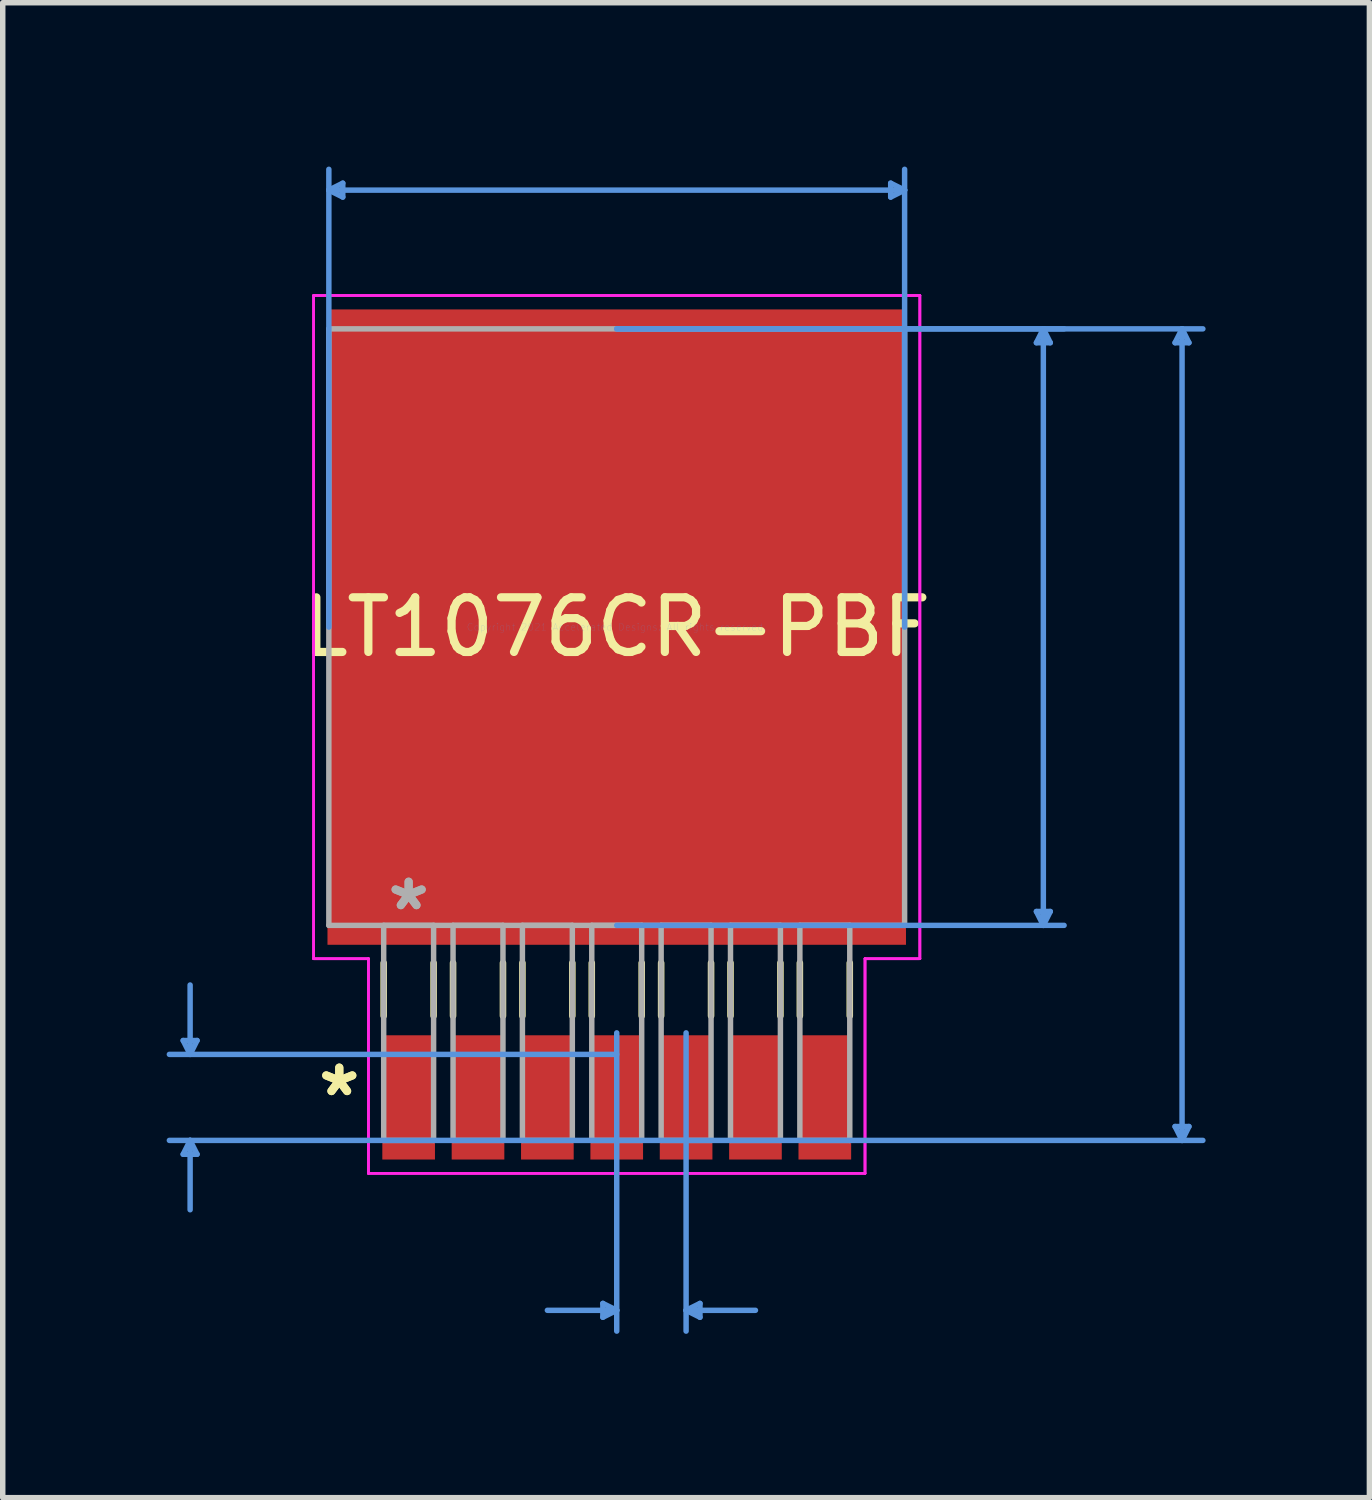
<source format=kicad_pcb>
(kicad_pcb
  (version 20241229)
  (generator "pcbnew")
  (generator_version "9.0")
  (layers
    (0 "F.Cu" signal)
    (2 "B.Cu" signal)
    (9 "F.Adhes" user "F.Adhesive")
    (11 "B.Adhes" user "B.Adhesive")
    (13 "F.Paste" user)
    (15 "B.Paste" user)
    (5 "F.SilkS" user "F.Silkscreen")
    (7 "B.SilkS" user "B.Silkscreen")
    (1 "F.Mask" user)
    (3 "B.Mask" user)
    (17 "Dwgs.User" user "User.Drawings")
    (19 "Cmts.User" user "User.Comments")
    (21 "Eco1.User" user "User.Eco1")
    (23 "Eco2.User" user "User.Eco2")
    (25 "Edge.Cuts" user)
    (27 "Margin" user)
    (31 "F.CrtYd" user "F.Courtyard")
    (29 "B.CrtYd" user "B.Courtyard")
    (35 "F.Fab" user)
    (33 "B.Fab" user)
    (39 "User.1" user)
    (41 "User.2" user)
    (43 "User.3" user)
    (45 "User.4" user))
  (footprint "LT1076CR-PBF"
    (layer "F.Cu")
    (at 8.242 8.432)
    (property "Reference" "LT1076CR-PBF" (at 0 0 0) (layer "F.SilkS") (effects (font (size 1 1) (thickness 0.15))))
    (attr through_hole)
    (fp_line (start -4.267 6.149) (end -4.267 7.118) (stroke (width 0.12) (type solid)) (layer "F.SilkS"))
    (fp_line (start -3.353 6.149) (end -3.353 7.118) (stroke (width 0.12) (type solid)) (layer "F.SilkS"))
    (fp_line (start -2.997 6.149) (end -2.997 7.118) (stroke (width 0.12) (type solid)) (layer "F.SilkS"))
    (fp_line (start -2.083 6.149) (end -2.083 7.118) (stroke (width 0.12) (type solid)) (layer "F.SilkS"))
    (fp_line (start -1.727 6.149) (end -1.727 7.118) (stroke (width 0.12) (type solid)) (layer "F.SilkS"))
    (fp_line (start -0.813 6.149) (end -0.813 7.118) (stroke (width 0.12) (type solid)) (layer "F.SilkS"))
    (fp_line (start -0.457 6.149) (end -0.457 7.118) (stroke (width 0.12) (type solid)) (layer "F.SilkS"))
    (fp_line (start 0.457 6.149) (end 0.457 7.118) (stroke (width 0.12) (type solid)) (layer "F.SilkS"))
    (fp_line (start 0.813 6.149) (end 0.813 7.118) (stroke (width 0.12) (type solid)) (layer "F.SilkS"))
    (fp_line (start 1.727 6.149) (end 1.727 7.118) (stroke (width 0.12) (type solid)) (layer "F.SilkS"))
    (fp_line (start 2.083 6.149) (end 2.083 7.118) (stroke (width 0.12) (type solid)) (layer "F.SilkS"))
    (fp_line (start 2.997 6.149) (end 2.997 7.118) (stroke (width 0.12) (type solid)) (layer "F.SilkS"))
    (fp_line (start 3.353 6.149) (end 3.353 7.118) (stroke (width 0.12) (type solid)) (layer "F.SilkS"))
    (fp_line (start 4.267 6.149) (end 4.267 7.118) (stroke (width 0.12) (type solid)) (layer "F.SilkS"))
    (fp_line (start -7.938 7.569) (end -7.684 7.569) (stroke (width 0.1) (type solid)) (layer "Cmts.User"))
    (fp_line (start -7.938 9.652) (end -7.684 9.652) (stroke (width 0.1) (type solid)) (layer "Cmts.User"))
    (fp_line (start -7.811 7.823) (end -7.938 7.569) (stroke (width 0.1) (type solid)) (layer "Cmts.User"))
    (fp_line (start -7.811 7.823) (end -7.811 6.553) (stroke (width 0.1) (type solid)) (layer "Cmts.User"))
    (fp_line (start -7.811 7.823) (end -7.684 7.569) (stroke (width 0.1) (type solid)) (layer "Cmts.User"))
    (fp_line (start -7.811 9.398) (end -7.938 9.652) (stroke (width 0.1) (type solid)) (layer "Cmts.User"))
    (fp_line (start -7.811 9.398) (end -7.811 10.668) (stroke (width 0.1) (type solid)) (layer "Cmts.User"))
    (fp_line (start -7.811 9.398) (end -7.684 9.652) (stroke (width 0.1) (type solid)) (layer "Cmts.User"))
    (fp_line (start -5.271 -8.001) (end -5.016 -8.128) (stroke (width 0.1) (type solid)) (layer "Cmts.User"))
    (fp_line (start -5.271 -8.001) (end -5.016 -7.874) (stroke (width 0.1) (type solid)) (layer "Cmts.User"))
    (fp_line (start -5.271 -8.001) (end 5.271 -8.001) (stroke (width 0.1) (type solid)) (layer "Cmts.User"))
    (fp_line (start -5.271 0) (end -5.271 -8.382) (stroke (width 0.1) (type solid)) (layer "Cmts.User"))
    (fp_line (start -5.016 -8.128) (end -5.016 -7.874) (stroke (width 0.1) (type solid)) (layer "Cmts.User"))
    (fp_line (start -0.254 12.383) (end -0.254 12.636) (stroke (width 0.1) (type solid)) (layer "Cmts.User"))
    (fp_line (start 0 -5.461) (end 8.191 -5.461) (stroke (width 0.1) (type solid)) (layer "Cmts.User"))
    (fp_line (start 0 -5.461) (end 10.732 -5.461) (stroke (width 0.1) (type solid)) (layer "Cmts.User"))
    (fp_line (start 0 5.461) (end 8.191 5.461) (stroke (width 0.1) (type solid)) (layer "Cmts.User"))
    (fp_line (start 0 7.429) (end 0 12.89) (stroke (width 0.1) (type solid)) (layer "Cmts.User"))
    (fp_line (start 0 7.823) (end -8.191 7.823) (stroke (width 0.1) (type solid)) (layer "Cmts.User"))
    (fp_line (start 0 9.398) (end -8.191 9.398) (stroke (width 0.1) (type solid)) (layer "Cmts.User"))
    (fp_line (start 0 9.398) (end 10.732 9.398) (stroke (width 0.1) (type solid)) (layer "Cmts.User"))
    (fp_line (start 0 12.509) (end -1.27 12.509) (stroke (width 0.1) (type solid)) (layer "Cmts.User"))
    (fp_line (start 0 12.509) (end -0.254 12.383) (stroke (width 0.1) (type solid)) (layer "Cmts.User"))
    (fp_line (start 0 12.509) (end -0.254 12.636) (stroke (width 0.1) (type solid)) (layer "Cmts.User"))
    (fp_line (start 1.27 7.429) (end 1.27 12.89) (stroke (width 0.1) (type solid)) (layer "Cmts.User"))
    (fp_line (start 1.27 12.509) (end 1.524 12.383) (stroke (width 0.1) (type solid)) (layer "Cmts.User"))
    (fp_line (start 1.27 12.509) (end 1.524 12.636) (stroke (width 0.1) (type solid)) (layer "Cmts.User"))
    (fp_line (start 1.27 12.509) (end 2.54 12.509) (stroke (width 0.1) (type solid)) (layer "Cmts.User"))
    (fp_line (start 1.524 12.383) (end 1.524 12.636) (stroke (width 0.1) (type solid)) (layer "Cmts.User"))
    (fp_line (start 5.016 -8.128) (end 5.016 -7.874) (stroke (width 0.1) (type solid)) (layer "Cmts.User"))
    (fp_line (start 5.271 -8.001) (end 5.016 -8.128) (stroke (width 0.1) (type solid)) (layer "Cmts.User"))
    (fp_line (start 5.271 -8.001) (end 5.016 -7.874) (stroke (width 0.1) (type solid)) (layer "Cmts.User"))
    (fp_line (start 5.271 0) (end 5.271 -8.382) (stroke (width 0.1) (type solid)) (layer "Cmts.User"))
    (fp_line (start 7.684 -5.207) (end 7.938 -5.207) (stroke (width 0.1) (type solid)) (layer "Cmts.User"))
    (fp_line (start 7.684 5.207) (end 7.938 5.207) (stroke (width 0.1) (type solid)) (layer "Cmts.User"))
    (fp_line (start 7.811 -5.461) (end 7.684 -5.207) (stroke (width 0.1) (type solid)) (layer "Cmts.User"))
    (fp_line (start 7.811 -5.461) (end 7.811 5.461) (stroke (width 0.1) (type solid)) (layer "Cmts.User"))
    (fp_line (start 7.811 -5.461) (end 7.938 -5.207) (stroke (width 0.1) (type solid)) (layer "Cmts.User"))
    (fp_line (start 7.811 5.461) (end 7.684 5.207) (stroke (width 0.1) (type solid)) (layer "Cmts.User"))
    (fp_line (start 7.811 5.461) (end 7.938 5.207) (stroke (width 0.1) (type solid)) (layer "Cmts.User"))
    (fp_line (start 10.223 -5.207) (end 10.477 -5.207) (stroke (width 0.1) (type solid)) (layer "Cmts.User"))
    (fp_line (start 10.223 9.144) (end 10.477 9.144) (stroke (width 0.1) (type solid)) (layer "Cmts.User"))
    (fp_line (start 10.351 -5.461) (end 10.223 -5.207) (stroke (width 0.1) (type solid)) (layer "Cmts.User"))
    (fp_line (start 10.351 -5.461) (end 10.351 9.398) (stroke (width 0.1) (type solid)) (layer "Cmts.User"))
    (fp_line (start 10.351 -5.461) (end 10.477 -5.207) (stroke (width 0.1) (type solid)) (layer "Cmts.User"))
    (fp_line (start 10.351 9.398) (end 10.223 9.144) (stroke (width 0.1) (type solid)) (layer "Cmts.User"))
    (fp_line (start 10.351 9.398) (end 10.477 9.144) (stroke (width 0.1) (type solid)) (layer "Cmts.User"))
    (fp_line (start -5.55 -6.071) (end 5.55 -6.071) (stroke (width 0.05) (type solid)) (layer "F.CrtYd"))
    (fp_line (start -5.55 -6.071) (end 5.55 -6.071) (stroke (width 0.05) (type solid)) (layer "F.CrtYd"))
    (fp_line (start -5.55 6.071) (end -5.55 -6.071) (stroke (width 0.05) (type solid)) (layer "F.CrtYd"))
    (fp_line (start -5.55 6.071) (end -5.55 -6.071) (stroke (width 0.05) (type solid)) (layer "F.CrtYd"))
    (fp_line (start -4.546 6.071) (end -5.55 6.071) (stroke (width 0.05) (type solid)) (layer "F.CrtYd"))
    (fp_line (start -4.546 6.071) (end -5.55 6.071) (stroke (width 0.05) (type solid)) (layer "F.CrtYd"))
    (fp_line (start -4.546 10.002) (end -4.546 6.071) (stroke (width 0.05) (type solid)) (layer "F.CrtYd"))
    (fp_line (start -4.546 10.002) (end -4.546 6.071) (stroke (width 0.05) (type solid)) (layer "F.CrtYd"))
    (fp_line (start 4.546 6.071) (end 4.546 10.002) (stroke (width 0.05) (type solid)) (layer "F.CrtYd"))
    (fp_line (start 4.546 6.071) (end 4.546 10.002) (stroke (width 0.05) (type solid)) (layer "F.CrtYd"))
    (fp_line (start 4.546 10.002) (end -4.546 10.002) (stroke (width 0.05) (type solid)) (layer "F.CrtYd"))
    (fp_line (start 4.546 10.002) (end -4.546 10.002) (stroke (width 0.05) (type solid)) (layer "F.CrtYd"))
    (fp_line (start 5.55 -6.071) (end 5.55 6.071) (stroke (width 0.05) (type solid)) (layer "F.CrtYd"))
    (fp_line (start 5.55 -6.071) (end 5.55 6.071) (stroke (width 0.05) (type solid)) (layer "F.CrtYd"))
    (fp_line (start 5.55 6.071) (end 4.546 6.071) (stroke (width 0.05) (type solid)) (layer "F.CrtYd"))
    (fp_line (start 5.55 6.071) (end 4.546 6.071) (stroke (width 0.05) (type solid)) (layer "F.CrtYd"))
    (fp_line (start -5.271 -5.461) (end -5.271 5.461) (stroke (width 0.1) (type solid)) (layer "F.Fab"))
    (fp_line (start -5.271 5.461) (end 5.271 5.461) (stroke (width 0.1) (type solid)) (layer "F.Fab"))
    (fp_line (start -4.267 5.461) (end -4.267 9.398) (stroke (width 0.1) (type solid)) (layer "F.Fab"))
    (fp_line (start -4.267 9.398) (end -3.353 9.398) (stroke (width 0.1) (type solid)) (layer "F.Fab"))
    (fp_line (start -3.353 5.461) (end -4.267 5.461) (stroke (width 0.1) (type solid)) (layer "F.Fab"))
    (fp_line (start -3.353 9.398) (end -3.353 5.461) (stroke (width 0.1) (type solid)) (layer "F.Fab"))
    (fp_line (start -2.997 5.461) (end -2.997 9.398) (stroke (width 0.1) (type solid)) (layer "F.Fab"))
    (fp_line (start -2.997 9.398) (end -2.083 9.398) (stroke (width 0.1) (type solid)) (layer "F.Fab"))
    (fp_line (start -2.083 5.461) (end -2.997 5.461) (stroke (width 0.1) (type solid)) (layer "F.Fab"))
    (fp_line (start -2.083 9.398) (end -2.083 5.461) (stroke (width 0.1) (type solid)) (layer "F.Fab"))
    (fp_line (start -1.727 5.461) (end -1.727 9.398) (stroke (width 0.1) (type solid)) (layer "F.Fab"))
    (fp_line (start -1.727 9.398) (end -0.813 9.398) (stroke (width 0.1) (type solid)) (layer "F.Fab"))
    (fp_line (start -0.813 5.461) (end -1.727 5.461) (stroke (width 0.1) (type solid)) (layer "F.Fab"))
    (fp_line (start -0.813 9.398) (end -0.813 5.461) (stroke (width 0.1) (type solid)) (layer "F.Fab"))
    (fp_line (start -0.457 5.461) (end -0.457 9.398) (stroke (width 0.1) (type solid)) (layer "F.Fab"))
    (fp_line (start -0.457 9.398) (end 0.457 9.398) (stroke (width 0.1) (type solid)) (layer "F.Fab"))
    (fp_line (start 0.457 5.461) (end -0.457 5.461) (stroke (width 0.1) (type solid)) (layer "F.Fab"))
    (fp_line (start 0.457 9.398) (end 0.457 5.461) (stroke (width 0.1) (type solid)) (layer "F.Fab"))
    (fp_line (start 0.813 5.461) (end 0.813 9.398) (stroke (width 0.1) (type solid)) (layer "F.Fab"))
    (fp_line (start 0.813 9.398) (end 1.727 9.398) (stroke (width 0.1) (type solid)) (layer "F.Fab"))
    (fp_line (start 1.727 5.461) (end 0.813 5.461) (stroke (width 0.1) (type solid)) (layer "F.Fab"))
    (fp_line (start 1.727 9.398) (end 1.727 5.461) (stroke (width 0.1) (type solid)) (layer "F.Fab"))
    (fp_line (start 2.083 5.461) (end 2.083 9.398) (stroke (width 0.1) (type solid)) (layer "F.Fab"))
    (fp_line (start 2.083 9.398) (end 2.997 9.398) (stroke (width 0.1) (type solid)) (layer "F.Fab"))
    (fp_line (start 2.997 5.461) (end 2.083 5.461) (stroke (width 0.1) (type solid)) (layer "F.Fab"))
    (fp_line (start 2.997 9.398) (end 2.997 5.461) (stroke (width 0.1) (type solid)) (layer "F.Fab"))
    (fp_line (start 3.353 5.461) (end 3.353 9.398) (stroke (width 0.1) (type solid)) (layer "F.Fab"))
    (fp_line (start 3.353 9.398) (end 4.267 9.398) (stroke (width 0.1) (type solid)) (layer "F.Fab"))
    (fp_line (start 4.267 5.461) (end 3.353 5.461) (stroke (width 0.1) (type solid)) (layer "F.Fab"))
    (fp_line (start 4.267 9.398) (end 4.267 5.461) (stroke (width 0.1) (type solid)) (layer "F.Fab"))
    (fp_line (start 5.271 -5.461) (end -5.271 -5.461) (stroke (width 0.1) (type solid)) (layer "F.Fab"))
    (fp_line (start 5.271 5.461) (end 5.271 -5.461) (stroke (width 0.1) (type solid)) (layer "F.Fab"))
    (fp_text user "*" (at -5.08 8.611 0) (layer "F.SilkS") (effects (font (size 1 1) (thickness 0.15))))
    (fp_text user "*" (at -5.08 8.611 0) (layer "F.SilkS") (effects (font (size 1 1) (thickness 0.15))))
    (fp_text user "Copyright 2021 Accelerated Designs. All rights reserved." (at 0 0 0) (layer "Cmts.User") (effects (font (size 0.127 0.127) (thickness 0.002))))
    (fp_text user "*" (at -3.81 5.207 0) (layer "F.Fab") (effects (font (size 1 1) (thickness 0.15))))
    (fp_text user "*" (at -3.81 5.207 0) (layer "F.Fab") (effects (font (size 1 1) (thickness 0.15))))
    (pad "1" smd rect (at -3.81 8.611) (size 0.964 2.275) (layers "F.Cu" "F.Mask" "F.Paste"))
    (pad "2" smd rect (at -2.54 8.611) (size 0.964 2.275) (layers "F.Cu" "F.Mask" "F.Paste"))
    (pad "3" smd rect (at -1.27 8.611) (size 0.964 2.275) (layers "F.Cu" "F.Mask" "F.Paste"))
    (pad "4" smd rect (at 0 8.611) (size 0.964 2.275) (layers "F.Cu" "F.Mask" "F.Paste"))
    (pad "5" smd rect (at 1.27 8.611) (size 0.964 2.275) (layers "F.Cu" "F.Mask" "F.Paste"))
    (pad "6" smd rect (at 2.54 8.611) (size 0.964 2.275) (layers "F.Cu" "F.Mask" "F.Paste"))
    (pad "7" smd rect (at 3.81 8.611) (size 0.964 2.275) (layers "F.Cu" "F.Mask" "F.Paste"))
    (pad "8" smd rect (at 0 0) (size 10.592 11.633) (layers "F.Cu" "F.Mask" "F.Paste")))
  (gr_rect
    (start -3 -3)
    (end 22.023 24.372)
    (stroke (width 0.1) (type default))
    (fill no)
    (layer "Edge.Cuts")))
</source>
